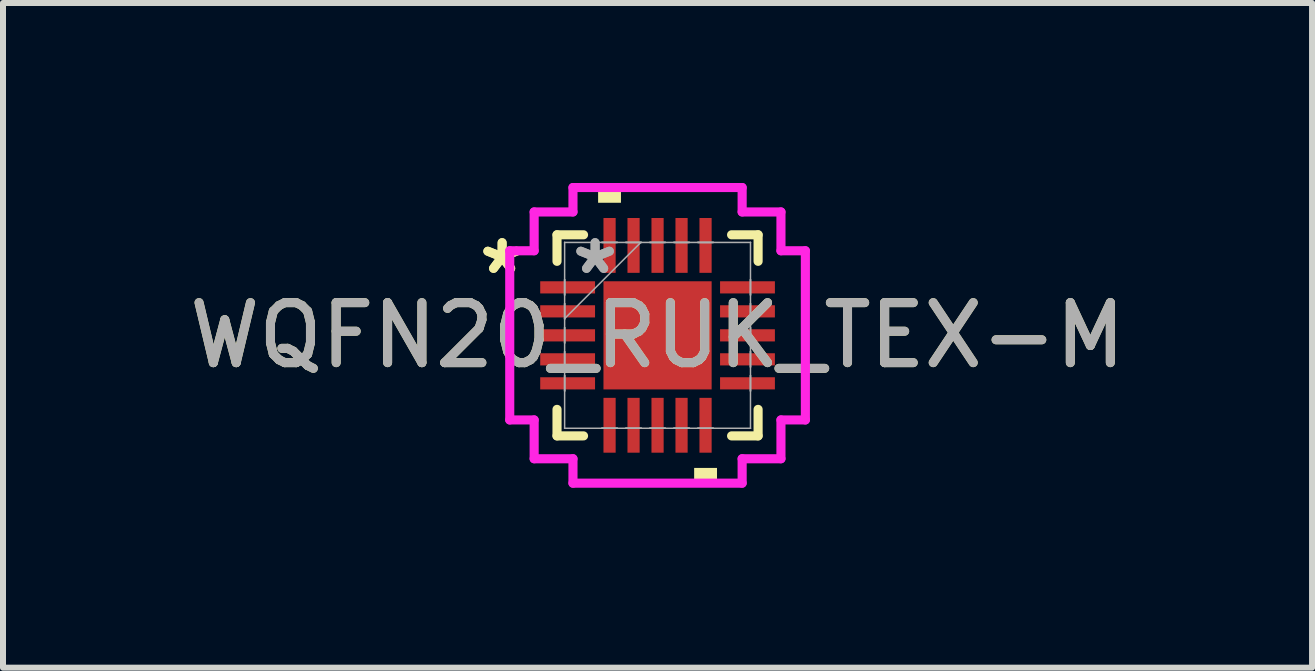
<source format=kicad_pcb>
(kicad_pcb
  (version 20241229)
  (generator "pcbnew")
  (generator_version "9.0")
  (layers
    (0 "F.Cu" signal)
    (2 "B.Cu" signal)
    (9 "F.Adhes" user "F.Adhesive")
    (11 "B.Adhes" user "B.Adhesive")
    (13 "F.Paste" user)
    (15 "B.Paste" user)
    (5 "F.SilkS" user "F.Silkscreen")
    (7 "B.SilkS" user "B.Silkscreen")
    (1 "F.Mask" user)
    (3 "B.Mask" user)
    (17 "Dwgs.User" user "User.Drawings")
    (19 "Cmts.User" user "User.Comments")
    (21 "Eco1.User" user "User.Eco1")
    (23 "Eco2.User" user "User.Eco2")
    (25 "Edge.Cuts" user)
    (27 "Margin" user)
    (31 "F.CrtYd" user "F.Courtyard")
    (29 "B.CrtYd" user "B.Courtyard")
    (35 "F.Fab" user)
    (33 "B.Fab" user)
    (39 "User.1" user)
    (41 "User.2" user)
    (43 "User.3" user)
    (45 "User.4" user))
  (footprint "WQFN20_RUK_TEX-M"
    (layer "F.Cu")
    (at 7.911 2.54)
    (property "Reference" "WQFN20_RUK_TEX-M" (at 0 0 0) (unlocked yes) (layer "F.SilkS") (effects (font (size 1 1) (thickness 0.15))))
    (attr smd)
    (fp_line (start -1.676 -1.676) (end -1.676 -1.234) (stroke (width 0.152) (type solid)) (layer "F.SilkS"))
    (fp_line (start -1.676 1.234) (end -1.676 1.676) (stroke (width 0.152) (type solid)) (layer "F.SilkS"))
    (fp_line (start -1.676 1.676) (end -1.234 1.676) (stroke (width 0.152) (type solid)) (layer "F.SilkS"))
    (fp_line (start -1.234 -1.676) (end -1.676 -1.676) (stroke (width 0.152) (type solid)) (layer "F.SilkS"))
    (fp_line (start 1.234 1.676) (end 1.676 1.676) (stroke (width 0.152) (type solid)) (layer "F.SilkS"))
    (fp_line (start 1.676 -1.676) (end 1.234 -1.676) (stroke (width 0.152) (type solid)) (layer "F.SilkS"))
    (fp_line (start 1.676 -1.234) (end 1.676 -1.676) (stroke (width 0.152) (type solid)) (layer "F.SilkS"))
    (fp_line (start 1.676 1.676) (end 1.676 1.234) (stroke (width 0.152) (type solid)) (layer "F.SilkS"))
    (fp_poly (pts (xy -0.991 -2.21) (xy -0.991 -2.464) (xy -0.61 -2.464) (xy -0.61 -2.21)) (stroke (width 0) (type solid)) (fill yes) (layer "F.SilkS"))
    (fp_poly (pts (xy 0.61 2.21) (xy 0.61 2.464) (xy 0.991 2.464) (xy 0.991 2.21)) (stroke (width 0) (type solid)) (fill yes) (layer "F.SilkS"))
    (fp_line (start -2.464 -1.41) (end -2.057 -1.41) (stroke (width 0.152) (type solid)) (layer "F.CrtYd"))
    (fp_line (start -2.464 1.41) (end -2.464 -1.41) (stroke (width 0.152) (type solid)) (layer "F.CrtYd"))
    (fp_line (start -2.057 -2.057) (end -1.41 -2.057) (stroke (width 0.152) (type solid)) (layer "F.CrtYd"))
    (fp_line (start -2.057 -1.41) (end -2.057 -2.057) (stroke (width 0.152) (type solid)) (layer "F.CrtYd"))
    (fp_line (start -2.057 1.41) (end -2.464 1.41) (stroke (width 0.152) (type solid)) (layer "F.CrtYd"))
    (fp_line (start -2.057 2.057) (end -2.057 1.41) (stroke (width 0.152) (type solid)) (layer "F.CrtYd"))
    (fp_line (start -1.41 -2.464) (end 1.41 -2.464) (stroke (width 0.152) (type solid)) (layer "F.CrtYd"))
    (fp_line (start -1.41 -2.057) (end -1.41 -2.464) (stroke (width 0.152) (type solid)) (layer "F.CrtYd"))
    (fp_line (start -1.41 2.057) (end -2.057 2.057) (stroke (width 0.152) (type solid)) (layer "F.CrtYd"))
    (fp_line (start -1.41 2.464) (end -1.41 2.057) (stroke (width 0.152) (type solid)) (layer "F.CrtYd"))
    (fp_line (start 1.41 -2.464) (end 1.41 -2.057) (stroke (width 0.152) (type solid)) (layer "F.CrtYd"))
    (fp_line (start 1.41 -2.057) (end 2.057 -2.057) (stroke (width 0.152) (type solid)) (layer "F.CrtYd"))
    (fp_line (start 1.41 2.057) (end 1.41 2.464) (stroke (width 0.152) (type solid)) (layer "F.CrtYd"))
    (fp_line (start 1.41 2.464) (end -1.41 2.464) (stroke (width 0.152) (type solid)) (layer "F.CrtYd"))
    (fp_line (start 2.057 -2.057) (end 2.057 -1.41) (stroke (width 0.152) (type solid)) (layer "F.CrtYd"))
    (fp_line (start 2.057 -1.41) (end 2.464 -1.41) (stroke (width 0.152) (type solid)) (layer "F.CrtYd"))
    (fp_line (start 2.057 1.41) (end 2.057 2.057) (stroke (width 0.152) (type solid)) (layer "F.CrtYd"))
    (fp_line (start 2.057 2.057) (end 1.41 2.057) (stroke (width 0.152) (type solid)) (layer "F.CrtYd"))
    (fp_line (start 2.464 -1.41) (end 2.464 1.41) (stroke (width 0.152) (type solid)) (layer "F.CrtYd"))
    (fp_line (start 2.464 1.41) (end 2.057 1.41) (stroke (width 0.152) (type solid)) (layer "F.CrtYd"))
    (fp_line (start -1.549 -1.549) (end -1.549 -1.549) (stroke (width 0.025) (type solid)) (layer "F.Fab"))
    (fp_line (start -1.549 -1.549) (end -1.549 1.549) (stroke (width 0.025) (type solid)) (layer "F.Fab"))
    (fp_line (start -1.549 -0.927) (end -1.549 -0.927) (stroke (width 0.025) (type solid)) (layer "F.Fab"))
    (fp_line (start -1.549 -0.927) (end -1.549 -0.673) (stroke (width 0.025) (type solid)) (layer "F.Fab"))
    (fp_line (start -1.549 -0.673) (end -1.549 -0.927) (stroke (width 0.025) (type solid)) (layer "F.Fab"))
    (fp_line (start -1.549 -0.673) (end -1.549 -0.673) (stroke (width 0.025) (type solid)) (layer "F.Fab"))
    (fp_line (start -1.549 -0.527) (end -1.549 -0.527) (stroke (width 0.025) (type solid)) (layer "F.Fab"))
    (fp_line (start -1.549 -0.527) (end -1.549 -0.273) (stroke (width 0.025) (type solid)) (layer "F.Fab"))
    (fp_line (start -1.549 -0.279) (end -0.279 -1.549) (stroke (width 0.025) (type solid)) (layer "F.Fab"))
    (fp_line (start -1.549 -0.273) (end -1.549 -0.527) (stroke (width 0.025) (type solid)) (layer "F.Fab"))
    (fp_line (start -1.549 -0.273) (end -1.549 -0.273) (stroke (width 0.025) (type solid)) (layer "F.Fab"))
    (fp_line (start -1.549 -0.127) (end -1.549 -0.127) (stroke (width 0.025) (type solid)) (layer "F.Fab"))
    (fp_line (start -1.549 -0.127) (end -1.549 0.127) (stroke (width 0.025) (type solid)) (layer "F.Fab"))
    (fp_line (start -1.549 0.127) (end -1.549 -0.127) (stroke (width 0.025) (type solid)) (layer "F.Fab"))
    (fp_line (start -1.549 0.127) (end -1.549 0.127) (stroke (width 0.025) (type solid)) (layer "F.Fab"))
    (fp_line (start -1.549 0.273) (end -1.549 0.273) (stroke (width 0.025) (type solid)) (layer "F.Fab"))
    (fp_line (start -1.549 0.273) (end -1.549 0.527) (stroke (width 0.025) (type solid)) (layer "F.Fab"))
    (fp_line (start -1.549 0.527) (end -1.549 0.273) (stroke (width 0.025) (type solid)) (layer "F.Fab"))
    (fp_line (start -1.549 0.527) (end -1.549 0.527) (stroke (width 0.025) (type solid)) (layer "F.Fab"))
    (fp_line (start -1.549 0.673) (end -1.549 0.673) (stroke (width 0.025) (type solid)) (layer "F.Fab"))
    (fp_line (start -1.549 0.673) (end -1.549 0.927) (stroke (width 0.025) (type solid)) (layer "F.Fab"))
    (fp_line (start -1.549 0.927) (end -1.549 0.673) (stroke (width 0.025) (type solid)) (layer "F.Fab"))
    (fp_line (start -1.549 0.927) (end -1.549 0.927) (stroke (width 0.025) (type solid)) (layer "F.Fab"))
    (fp_line (start -1.549 1.549) (end -1.549 1.549) (stroke (width 0.025) (type solid)) (layer "F.Fab"))
    (fp_line (start -1.549 1.549) (end 1.549 1.549) (stroke (width 0.025) (type solid)) (layer "F.Fab"))
    (fp_line (start -0.927 -1.549) (end -0.927 -1.549) (stroke (width 0.025) (type solid)) (layer "F.Fab"))
    (fp_line (start -0.927 -1.549) (end -0.673 -1.549) (stroke (width 0.025) (type solid)) (layer "F.Fab"))
    (fp_line (start -0.927 1.549) (end -0.927 1.549) (stroke (width 0.025) (type solid)) (layer "F.Fab"))
    (fp_line (start -0.927 1.549) (end -0.673 1.549) (stroke (width 0.025) (type solid)) (layer "F.Fab"))
    (fp_line (start -0.673 -1.549) (end -0.927 -1.549) (stroke (width 0.025) (type solid)) (layer "F.Fab"))
    (fp_line (start -0.673 -1.549) (end -0.673 -1.549) (stroke (width 0.025) (type solid)) (layer "F.Fab"))
    (fp_line (start -0.673 1.549) (end -0.927 1.549) (stroke (width 0.025) (type solid)) (layer "F.Fab"))
    (fp_line (start -0.673 1.549) (end -0.673 1.549) (stroke (width 0.025) (type solid)) (layer "F.Fab"))
    (fp_line (start -0.527 -1.549) (end -0.527 -1.549) (stroke (width 0.025) (type solid)) (layer "F.Fab"))
    (fp_line (start -0.527 -1.549) (end -0.273 -1.549) (stroke (width 0.025) (type solid)) (layer "F.Fab"))
    (fp_line (start -0.527 1.549) (end -0.527 1.549) (stroke (width 0.025) (type solid)) (layer "F.Fab"))
    (fp_line (start -0.527 1.549) (end -0.273 1.549) (stroke (width 0.025) (type solid)) (layer "F.Fab"))
    (fp_line (start -0.273 -1.549) (end -0.527 -1.549) (stroke (width 0.025) (type solid)) (layer "F.Fab"))
    (fp_line (start -0.273 -1.549) (end -0.273 -1.549) (stroke (width 0.025) (type solid)) (layer "F.Fab"))
    (fp_line (start -0.273 1.549) (end -0.527 1.549) (stroke (width 0.025) (type solid)) (layer "F.Fab"))
    (fp_line (start -0.273 1.549) (end -0.273 1.549) (stroke (width 0.025) (type solid)) (layer "F.Fab"))
    (fp_line (start -0.127 -1.549) (end -0.127 -1.549) (stroke (width 0.025) (type solid)) (layer "F.Fab"))
    (fp_line (start -0.127 -1.549) (end 0.127 -1.549) (stroke (width 0.025) (type solid)) (layer "F.Fab"))
    (fp_line (start -0.127 1.549) (end -0.127 1.549) (stroke (width 0.025) (type solid)) (layer "F.Fab"))
    (fp_line (start -0.127 1.549) (end 0.127 1.549) (stroke (width 0.025) (type solid)) (layer "F.Fab"))
    (fp_line (start 0.127 -1.549) (end -0.127 -1.549) (stroke (width 0.025) (type solid)) (layer "F.Fab"))
    (fp_line (start 0.127 -1.549) (end 0.127 -1.549) (stroke (width 0.025) (type solid)) (layer "F.Fab"))
    (fp_line (start 0.127 1.549) (end -0.127 1.549) (stroke (width 0.025) (type solid)) (layer "F.Fab"))
    (fp_line (start 0.127 1.549) (end 0.127 1.549) (stroke (width 0.025) (type solid)) (layer "F.Fab"))
    (fp_line (start 0.273 -1.549) (end 0.273 -1.549) (stroke (width 0.025) (type solid)) (layer "F.Fab"))
    (fp_line (start 0.273 -1.549) (end 0.527 -1.549) (stroke (width 0.025) (type solid)) (layer "F.Fab"))
    (fp_line (start 0.273 1.549) (end 0.273 1.549) (stroke (width 0.025) (type solid)) (layer "F.Fab"))
    (fp_line (start 0.273 1.549) (end 0.527 1.549) (stroke (width 0.025) (type solid)) (layer "F.Fab"))
    (fp_line (start 0.527 -1.549) (end 0.273 -1.549) (stroke (width 0.025) (type solid)) (layer "F.Fab"))
    (fp_line (start 0.527 -1.549) (end 0.527 -1.549) (stroke (width 0.025) (type solid)) (layer "F.Fab"))
    (fp_line (start 0.527 1.549) (end 0.273 1.549) (stroke (width 0.025) (type solid)) (layer "F.Fab"))
    (fp_line (start 0.527 1.549) (end 0.527 1.549) (stroke (width 0.025) (type solid)) (layer "F.Fab"))
    (fp_line (start 0.673 -1.549) (end 0.673 -1.549) (stroke (width 0.025) (type solid)) (layer "F.Fab"))
    (fp_line (start 0.673 -1.549) (end 0.927 -1.549) (stroke (width 0.025) (type solid)) (layer "F.Fab"))
    (fp_line (start 0.673 1.549) (end 0.673 1.549) (stroke (width 0.025) (type solid)) (layer "F.Fab"))
    (fp_line (start 0.673 1.549) (end 0.927 1.549) (stroke (width 0.025) (type solid)) (layer "F.Fab"))
    (fp_line (start 0.927 -1.549) (end 0.673 -1.549) (stroke (width 0.025) (type solid)) (layer "F.Fab"))
    (fp_line (start 0.927 -1.549) (end 0.927 -1.549) (stroke (width 0.025) (type solid)) (layer "F.Fab"))
    (fp_line (start 0.927 1.549) (end 0.673 1.549) (stroke (width 0.025) (type solid)) (layer "F.Fab"))
    (fp_line (start 0.927 1.549) (end 0.927 1.549) (stroke (width 0.025) (type solid)) (layer "F.Fab"))
    (fp_line (start 1.549 -1.549) (end -1.549 -1.549) (stroke (width 0.025) (type solid)) (layer "F.Fab"))
    (fp_line (start 1.549 -1.549) (end 1.549 -1.549) (stroke (width 0.025) (type solid)) (layer "F.Fab"))
    (fp_line (start 1.549 -0.927) (end 1.549 -0.927) (stroke (width 0.025) (type solid)) (layer "F.Fab"))
    (fp_line (start 1.549 -0.927) (end 1.549 -0.673) (stroke (width 0.025) (type solid)) (layer "F.Fab"))
    (fp_line (start 1.549 -0.673) (end 1.549 -0.927) (stroke (width 0.025) (type solid)) (layer "F.Fab"))
    (fp_line (start 1.549 -0.673) (end 1.549 -0.673) (stroke (width 0.025) (type solid)) (layer "F.Fab"))
    (fp_line (start 1.549 -0.527) (end 1.549 -0.527) (stroke (width 0.025) (type solid)) (layer "F.Fab"))
    (fp_line (start 1.549 -0.527) (end 1.549 -0.273) (stroke (width 0.025) (type solid)) (layer "F.Fab"))
    (fp_line (start 1.549 -0.273) (end 1.549 -0.527) (stroke (width 0.025) (type solid)) (layer "F.Fab"))
    (fp_line (start 1.549 -0.273) (end 1.549 -0.273) (stroke (width 0.025) (type solid)) (layer "F.Fab"))
    (fp_line (start 1.549 -0.127) (end 1.549 -0.127) (stroke (width 0.025) (type solid)) (layer "F.Fab"))
    (fp_line (start 1.549 -0.127) (end 1.549 0.127) (stroke (width 0.025) (type solid)) (layer "F.Fab"))
    (fp_line (start 1.549 0.127) (end 1.549 -0.127) (stroke (width 0.025) (type solid)) (layer "F.Fab"))
    (fp_line (start 1.549 0.127) (end 1.549 0.127) (stroke (width 0.025) (type solid)) (layer "F.Fab"))
    (fp_line (start 1.549 0.273) (end 1.549 0.273) (stroke (width 0.025) (type solid)) (layer "F.Fab"))
    (fp_line (start 1.549 0.273) (end 1.549 0.527) (stroke (width 0.025) (type solid)) (layer "F.Fab"))
    (fp_line (start 1.549 0.527) (end 1.549 0.273) (stroke (width 0.025) (type solid)) (layer "F.Fab"))
    (fp_line (start 1.549 0.527) (end 1.549 0.527) (stroke (width 0.025) (type solid)) (layer "F.Fab"))
    (fp_line (start 1.549 0.673) (end 1.549 0.673) (stroke (width 0.025) (type solid)) (layer "F.Fab"))
    (fp_line (start 1.549 0.673) (end 1.549 0.927) (stroke (width 0.025) (type solid)) (layer "F.Fab"))
    (fp_line (start 1.549 0.927) (end 1.549 0.673) (stroke (width 0.025) (type solid)) (layer "F.Fab"))
    (fp_line (start 1.549 0.927) (end 1.549 0.927) (stroke (width 0.025) (type solid)) (layer "F.Fab"))
    (fp_line (start 1.549 1.549) (end 1.549 -1.549) (stroke (width 0.025) (type solid)) (layer "F.Fab"))
    (fp_line (start 1.549 1.549) (end 1.549 1.549) (stroke (width 0.025) (type solid)) (layer "F.Fab"))
    (fp_text user "*" (at -2.591 -1 0) (layer "F.SilkS") (effects (font (size 1 1) (thickness 0.15))))
    (fp_text user "*" (at -2.591 -1 0) (unlocked yes) (layer "F.SilkS") (effects (font (size 1 1) (thickness 0.15))))
    (fp_text user "*" (at -1.041 -1 0) (unlocked yes) (layer "F.Fab") (effects (font (size 1 1) (thickness 0.15))))
    (fp_text user "*" (at -1.041 -1 0) (layer "F.Fab") (effects (font (size 1 1) (thickness 0.15))))
    (fp_text user "${REFERENCE}" (at 0 0 0) (unlocked yes) (layer "F.Fab") (effects (font (size 1 1) (thickness 0.15))))
    (pad "1" smd rect (at -1.499 -0.8 90) (size 0.203 0.914) (layers "F.Cu" "F.Mask" "F.Paste"))
    (pad "2" smd rect (at -1.499 -0.4 90) (size 0.203 0.914) (layers "F.Cu" "F.Mask" "F.Paste"))
    (pad "3" smd rect (at -1.499 0 90) (size 0.203 0.914) (layers "F.Cu" "F.Mask" "F.Paste"))
    (pad "4" smd rect (at -1.499 0.4 90) (size 0.203 0.914) (layers "F.Cu" "F.Mask" "F.Paste"))
    (pad "5" smd rect (at -1.499 0.8 90) (size 0.203 0.914) (layers "F.Cu" "F.Mask" "F.Paste"))
    (pad "6" smd rect (at -0.8 1.499) (size 0.203 0.914) (layers "F.Cu" "F.Mask" "F.Paste"))
    (pad "7" smd rect (at -0.4 1.499) (size 0.203 0.914) (layers "F.Cu" "F.Mask" "F.Paste"))
    (pad "8" smd rect (at 0 1.499) (size 0.203 0.914) (layers "F.Cu" "F.Mask" "F.Paste"))
    (pad "9" smd rect (at 0.4 1.499) (size 0.203 0.914) (layers "F.Cu" "F.Mask" "F.Paste"))
    (pad "10" smd rect (at 0.8 1.499) (size 0.203 0.914) (layers "F.Cu" "F.Mask" "F.Paste"))
    (pad "11" smd rect (at 1.499 0.8 90) (size 0.203 0.914) (layers "F.Cu" "F.Mask" "F.Paste"))
    (pad "12" smd rect (at 1.499 0.4 90) (size 0.203 0.914) (layers "F.Cu" "F.Mask" "F.Paste"))
    (pad "13" smd rect (at 1.499 0 90) (size 0.203 0.914) (layers "F.Cu" "F.Mask" "F.Paste"))
    (pad "14" smd rect (at 1.499 -0.4 90) (size 0.203 0.914) (layers "F.Cu" "F.Mask" "F.Paste"))
    (pad "15" smd rect (at 1.499 -0.8 90) (size 0.203 0.914) (layers "F.Cu" "F.Mask" "F.Paste"))
    (pad "16" smd rect (at 0.8 -1.499) (size 0.203 0.914) (layers "F.Cu" "F.Mask" "F.Paste"))
    (pad "17" smd rect (at 0.4 -1.499) (size 0.203 0.914) (layers "F.Cu" "F.Mask" "F.Paste"))
    (pad "18" smd rect (at 0 -1.499) (size 0.203 0.914) (layers "F.Cu" "F.Mask" "F.Paste"))
    (pad "19" smd rect (at -0.4 -1.499) (size 0.203 0.914) (layers "F.Cu" "F.Mask" "F.Paste"))
    (pad "20" smd rect (at -0.8 -1.499) (size 0.203 0.914) (layers "F.Cu" "F.Mask" "F.Paste"))
    (pad "21" smd rect (at 0 0) (size 1.803 1.803) (layers "F.Cu" "F.Mask" "F.Paste")))
  (gr_rect
    (start -3 -3)
    (end 18.821 8.08)
    (stroke (width 0.1) (type default))
    (fill no)
    (layer "Edge.Cuts")))
</source>
